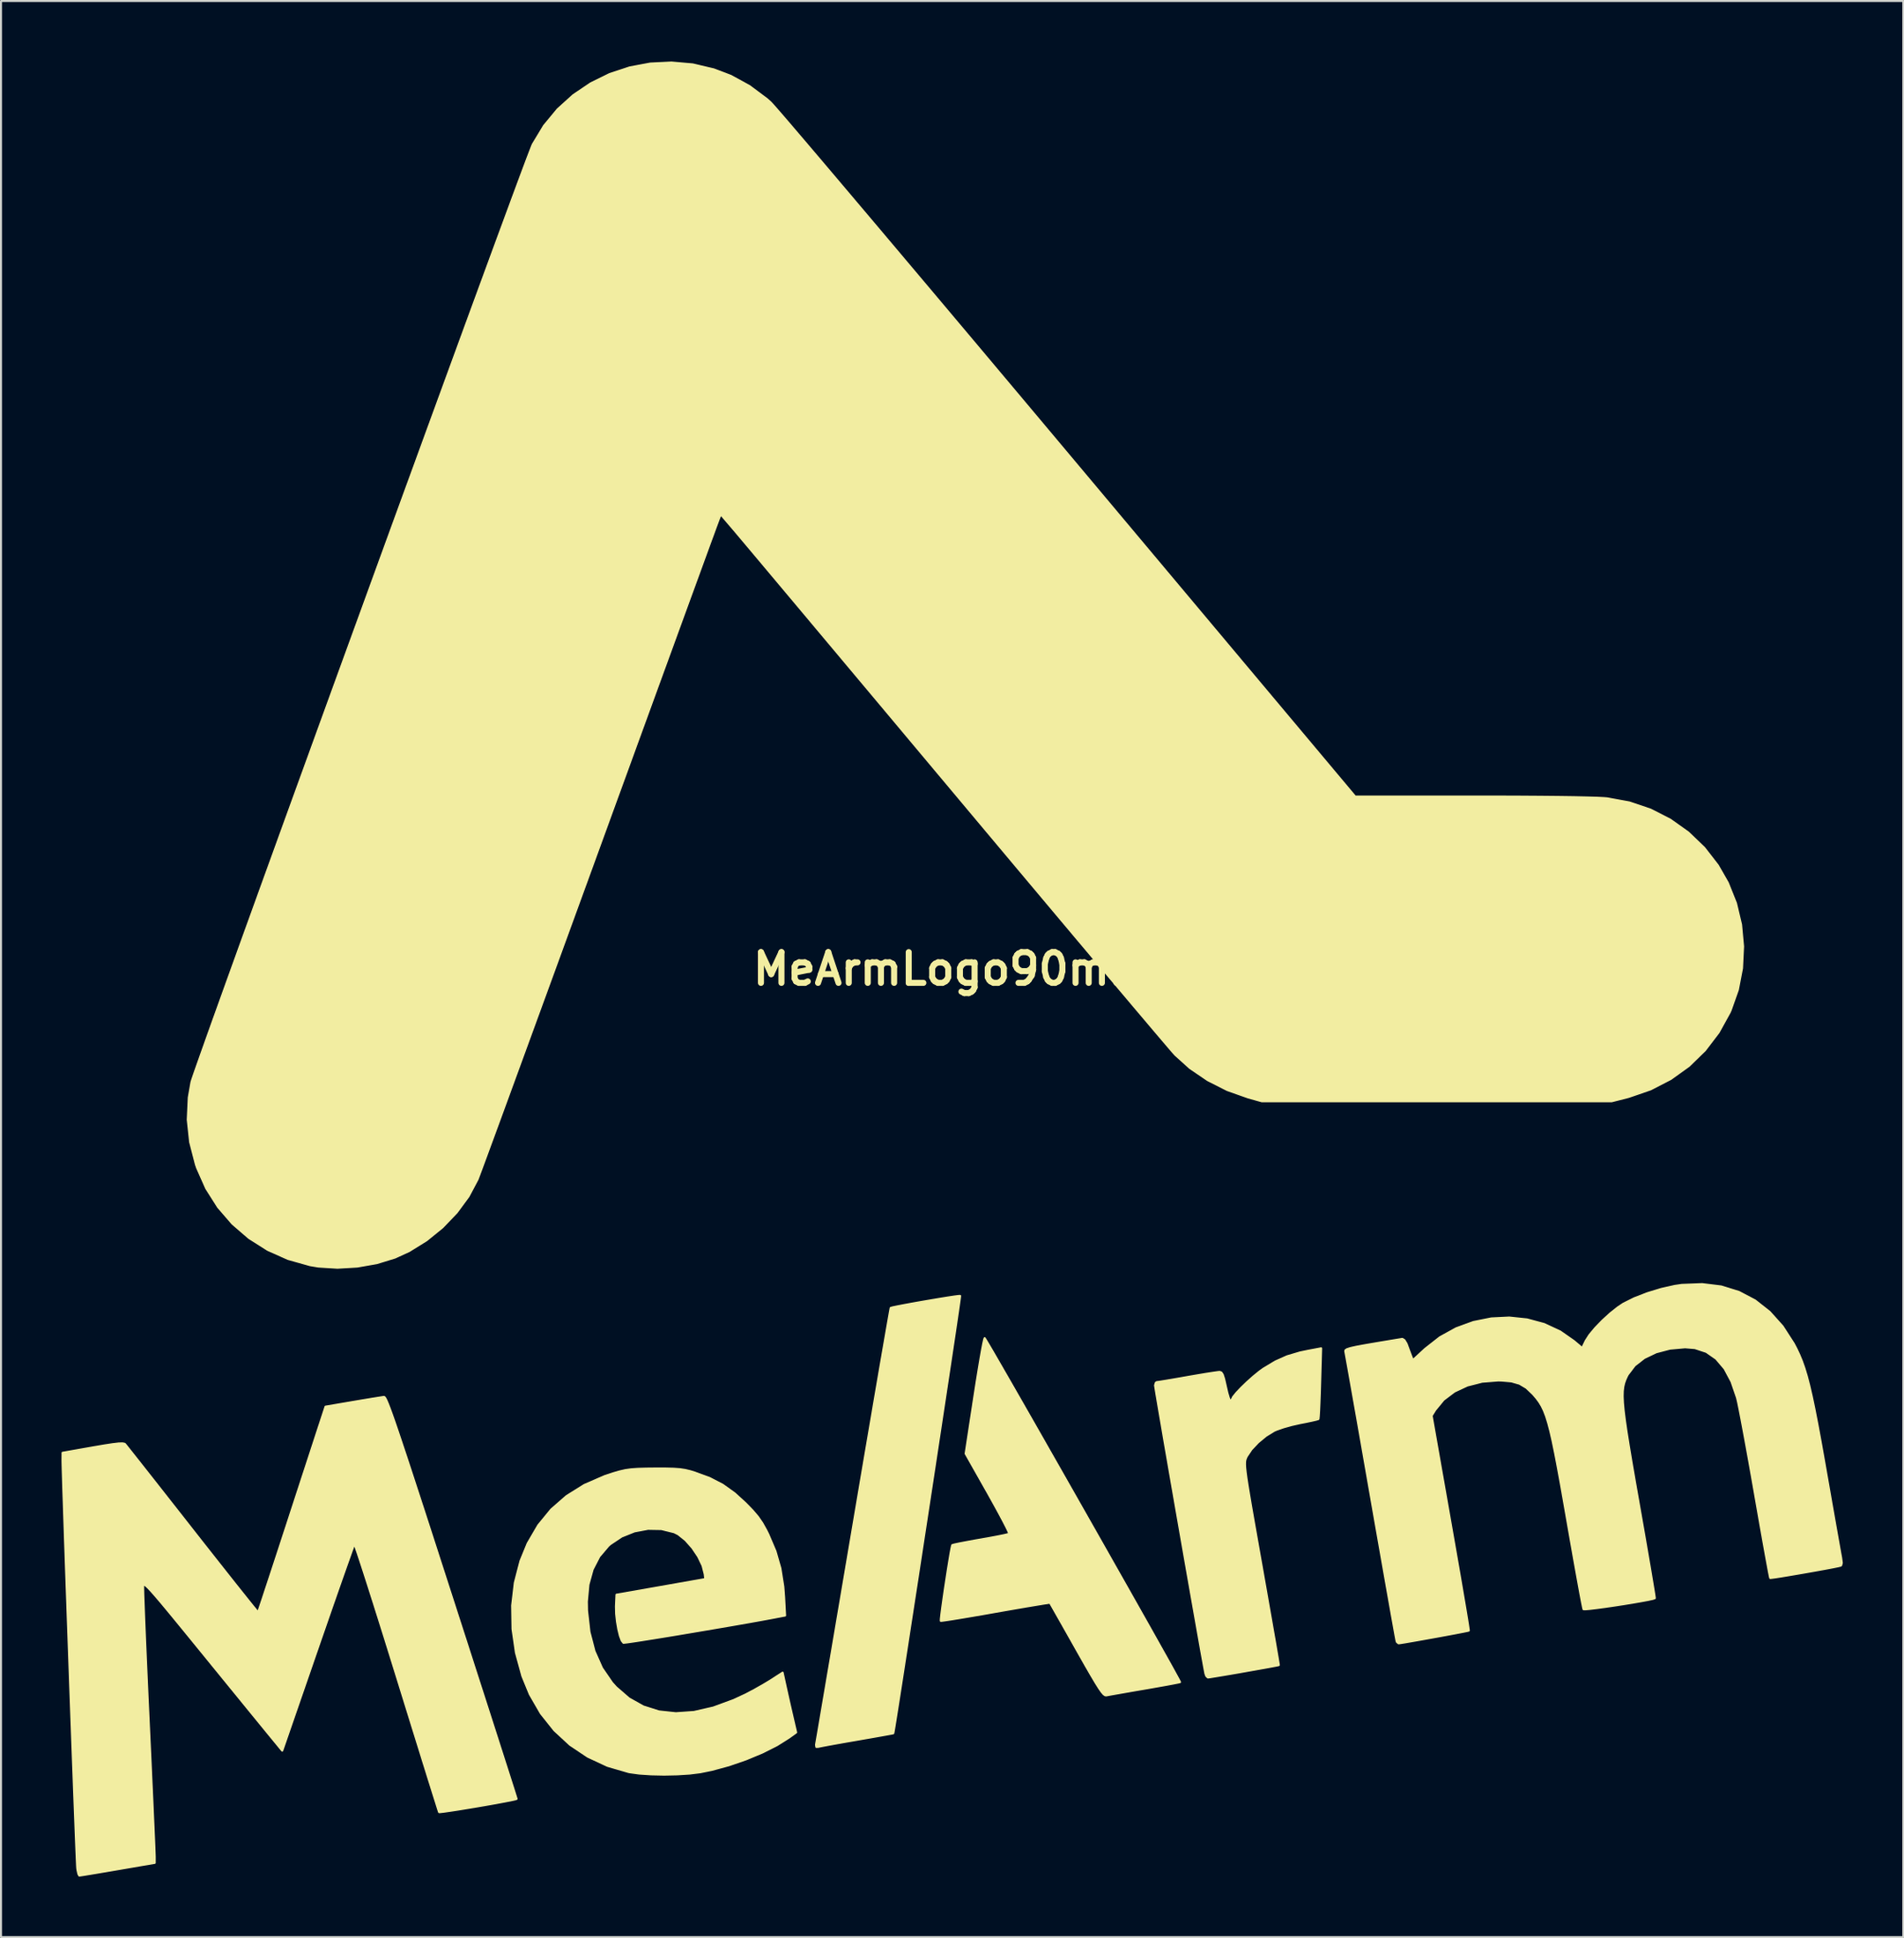
<source format=kicad_pcb>
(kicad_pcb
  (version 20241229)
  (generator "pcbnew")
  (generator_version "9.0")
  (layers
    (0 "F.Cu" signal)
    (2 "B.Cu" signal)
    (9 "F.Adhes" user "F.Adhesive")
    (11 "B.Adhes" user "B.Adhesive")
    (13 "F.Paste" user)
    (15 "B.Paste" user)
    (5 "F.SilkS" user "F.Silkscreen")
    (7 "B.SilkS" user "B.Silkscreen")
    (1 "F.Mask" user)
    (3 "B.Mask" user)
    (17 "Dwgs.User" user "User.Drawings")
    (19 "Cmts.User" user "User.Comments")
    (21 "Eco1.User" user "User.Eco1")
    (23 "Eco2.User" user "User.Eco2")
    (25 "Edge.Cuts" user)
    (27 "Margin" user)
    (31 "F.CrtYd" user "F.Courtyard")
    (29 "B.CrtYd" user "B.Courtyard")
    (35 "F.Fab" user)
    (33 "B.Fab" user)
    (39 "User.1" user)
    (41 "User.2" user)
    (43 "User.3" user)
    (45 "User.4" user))
  (footprint "MeArmLogo90mm"
    (layer "F.Cu")
    (at 44.164 45)
    (property "Reference" "MeArmLogo90mm" (at 0 0 0) (layer "F.SilkS") (effects (font (size 1.524 1.524) (thickness 0.3))))
    (attr through_hole)
    (fp_poly (pts (xy 0.408 16.213) (xy 0.399 16.298) (xy 0.366 16.538) (xy 0.311 16.922) (xy 0.235 17.437) (xy 0.141 18.071) (xy 0.03 18.813) (xy -0.096 19.649) (xy -0.235 20.569) (xy -0.385 21.56) (xy -0.544 22.61) (xy -0.711 23.707) (xy -0.883 24.839) (xy -1.059 25.994) (xy -1.237 27.16) (xy -1.416 28.325) (xy -1.592 29.476) (xy -1.765 30.603) (xy -1.933 31.693) (xy -2.093 32.733) (xy -2.244 33.713) (xy -2.385 34.619) (xy -2.512 35.439) (xy -2.625 36.163) (xy -2.722 36.777) (xy -2.8 37.27) (xy -2.858 37.629) (xy -2.895 37.844) (xy -2.907 37.902) (xy -2.99 37.92) (xy -3.217 37.962) (xy -3.561 38.024) (xy -3.999 38.102) (xy -4.505 38.19) (xy -4.699 38.224) (xy -5.235 38.317) (xy -5.72 38.403) (xy -6.127 38.477) (xy -6.43 38.534) (xy -6.602 38.569) (xy -6.624 38.575) (xy -6.724 38.579) (xy -6.74 38.478) (xy -6.725 38.381) (xy -6.705 38.269) (xy -6.658 38) (xy -6.587 37.585) (xy -6.493 37.034) (xy -6.378 36.356) (xy -6.243 35.562) (xy -6.09 34.663) (xy -5.92 33.667) (xy -5.737 32.587) (xy -5.54 31.431) (xy -5.333 30.21) (xy -5.117 28.935) (xy -4.893 27.614) (xy -4.872 27.491) (xy -4.648 26.171) (xy -4.432 24.898) (xy -4.225 23.682) (xy -4.028 22.532) (xy -3.845 21.458) (xy -3.676 20.471) (xy -3.523 19.58) (xy -3.387 18.795) (xy -3.271 18.126) (xy -3.177 17.584) (xy -3.105 17.177) (xy -3.058 16.916) (xy -3.037 16.811) (xy -3.036 16.809) (xy -2.943 16.782) (xy -2.714 16.734) (xy -2.381 16.669) (xy -1.974 16.594) (xy -1.522 16.514) (xy -1.057 16.434) (xy -0.609 16.358) (xy -0.208 16.293) (xy 0.116 16.244) (xy 0.331 16.216) (xy 0.408 16.213)) (stroke (width 0.1) (type solid)) (fill yes) (layer "F.SilkS"))
    (fp_poly (pts (xy 11.315 35.365) (xy 11.226 35.387) (xy 10.996 35.433) (xy 10.649 35.498) (xy 10.211 35.576) (xy 9.706 35.665) (xy 9.559 35.69) (xy 9.029 35.781) (xy 8.547 35.865) (xy 8.143 35.936) (xy 7.843 35.989) (xy 7.675 36.021) (xy 7.659 36.024) (xy 7.601 36.018) (xy 7.528 35.968) (xy 7.432 35.858) (xy 7.303 35.674) (xy 7.133 35.403) (xy 6.91 35.029) (xy 6.627 34.539) (xy 6.274 33.917) (xy 6.184 33.758) (xy 5.864 33.191) (xy 5.571 32.673) (xy 5.316 32.222) (xy 5.108 31.856) (xy 4.959 31.593) (xy 4.878 31.451) (xy 4.866 31.431) (xy 4.782 31.439) (xy 4.551 31.474) (xy 4.193 31.533) (xy 3.728 31.611) (xy 3.176 31.706) (xy 2.555 31.814) (xy 2.165 31.883) (xy 1.514 31.998) (xy 0.917 32.1) (xy 0.395 32.188) (xy -0.031 32.257) (xy -0.343 32.304) (xy -0.519 32.327) (xy -0.552 32.327) (xy -0.55 32.237) (xy -0.525 32.009) (xy -0.481 31.673) (xy -0.423 31.258) (xy -0.356 30.793) (xy -0.282 30.307) (xy -0.208 29.829) (xy -0.137 29.39) (xy -0.075 29.017) (xy -0.024 28.741) (xy 0.009 28.591) (xy 0.017 28.572) (xy 0.111 28.544) (xy 0.344 28.493) (xy 0.685 28.427) (xy 1.108 28.349) (xy 1.424 28.294) (xy 1.885 28.212) (xy 2.286 28.136) (xy 2.598 28.072) (xy 2.792 28.025) (xy 2.841 28.006) (xy 2.815 27.921) (xy 2.716 27.709) (xy 2.552 27.39) (xy 2.335 26.983) (xy 2.075 26.508) (xy 1.788 25.993) (xy 0.68 24.035) (xy 1.12 21.16) (xy 1.225 20.487) (xy 1.325 19.87) (xy 1.416 19.33) (xy 1.495 18.885) (xy 1.559 18.555) (xy 1.604 18.357) (xy 1.625 18.308) (xy 1.674 18.383) (xy 1.8 18.594) (xy 1.997 18.929) (xy 2.257 19.378) (xy 2.575 19.93) (xy 2.945 20.572) (xy 3.359 21.295) (xy 3.812 22.086) (xy 4.297 22.935) (xy 4.807 23.831) (xy 5.338 24.762) (xy 5.881 25.717) (xy 6.431 26.685) (xy 6.982 27.655) (xy 7.527 28.615) (xy 8.059 29.555) (xy 8.573 30.462) (xy 9.062 31.327) (xy 9.52 32.138) (xy 9.94 32.883) (xy 10.315 33.552) (xy 10.641 34.133) (xy 10.91 34.615) (xy 11.115 34.988) (xy 11.252 35.238) (xy 11.312 35.357) (xy 11.315 35.365)) (stroke (width 0.1) (type solid)) (fill yes) (layer "F.SilkS"))
    (fp_poly (pts (xy 18.314 18.811) (xy 18.264 20.548) (xy 18.248 21.072) (xy 18.23 21.536) (xy 18.213 21.914) (xy 18.196 22.182) (xy 18.182 22.311) (xy 18.179 22.319) (xy 18.086 22.349) (xy 17.863 22.401) (xy 17.547 22.468) (xy 17.283 22.519) (xy 16.861 22.614) (xy 16.447 22.73) (xy 16.105 22.849) (xy 15.979 22.904) (xy 15.577 23.153) (xy 15.186 23.477) (xy 14.852 23.832) (xy 14.624 24.174) (xy 14.605 24.214) (xy 14.576 24.283) (xy 14.553 24.356) (xy 14.54 24.446) (xy 14.537 24.567) (xy 14.546 24.732) (xy 14.57 24.953) (xy 14.609 25.245) (xy 14.667 25.62) (xy 14.745 26.092) (xy 14.844 26.675) (xy 14.967 27.38) (xy 15.116 28.222) (xy 15.291 29.214) (xy 15.345 29.517) (xy 15.503 30.412) (xy 15.652 31.257) (xy 15.789 32.035) (xy 15.911 32.734) (xy 16.017 33.338) (xy 16.102 33.834) (xy 16.166 34.205) (xy 16.204 34.439) (xy 16.216 34.521) (xy 16.134 34.54) (xy 15.914 34.582) (xy 15.587 34.643) (xy 15.183 34.715) (xy 14.732 34.795) (xy 14.263 34.878) (xy 13.806 34.957) (xy 13.391 35.027) (xy 13.048 35.084) (xy 12.808 35.123) (xy 12.699 35.137) (xy 12.698 35.137) (xy 12.619 35.065) (xy 12.574 34.946) (xy 12.547 34.808) (xy 12.494 34.522) (xy 12.418 34.103) (xy 12.321 33.565) (xy 12.207 32.923) (xy 12.078 32.193) (xy 11.936 31.39) (xy 11.784 30.527) (xy 11.625 29.621) (xy 11.461 28.686) (xy 11.295 27.737) (xy 11.129 26.789) (xy 10.967 25.857) (xy 10.81 24.956) (xy 10.662 24.101) (xy 10.524 23.307) (xy 10.401 22.588) (xy 10.293 21.96) (xy 10.204 21.437) (xy 10.136 21.035) (xy 10.093 20.768) (xy 10.075 20.651) (xy 10.075 20.649) (xy 10.114 20.517) (xy 10.162 20.489) (xy 10.27 20.475) (xy 10.516 20.436) (xy 10.87 20.377) (xy 11.304 20.302) (xy 11.684 20.235) (xy 12.166 20.152) (xy 12.599 20.079) (xy 12.95 20.024) (xy 13.189 19.99) (xy 13.278 19.981) (xy 13.362 20.009) (xy 13.432 20.113) (xy 13.5 20.323) (xy 13.58 20.668) (xy 13.587 20.701) (xy 13.662 21.024) (xy 13.735 21.272) (xy 13.794 21.407) (xy 13.811 21.421) (xy 13.885 21.361) (xy 13.885 21.35) (xy 13.947 21.225) (xy 14.112 21.02) (xy 14.354 20.765) (xy 14.643 20.486) (xy 14.952 20.211) (xy 15.252 19.966) (xy 15.451 19.823) (xy 16.043 19.467) (xy 16.624 19.208) (xy 17.264 19.018) (xy 17.656 18.936) (xy 18.314 18.811)) (stroke (width 0.1) (type solid)) (fill yes) (layer "F.SilkS"))
    (fp_poly (pts (xy -7.725 37.86) (xy -8.075 38.113) (xy -8.673 38.49) (xy -9.398 38.856) (xy -10.207 39.193) (xy -11.057 39.486) (xy -11.907 39.717) (xy -12.478 39.834) (xy -13.004 39.9) (xy -13.62 39.939) (xy -14.277 39.953) (xy -14.923 39.939) (xy -15.509 39.9) (xy -15.984 39.834) (xy -16.034 39.824) (xy -17.09 39.515) (xy -18.062 39.062) (xy -18.942 38.473) (xy -19.719 37.755) (xy -20.386 36.918) (xy -20.935 35.968) (xy -21.305 35.067) (xy -21.625 33.901) (xy -21.794 32.729) (xy -21.812 31.568) (xy -21.68 30.439) (xy -21.399 29.358) (xy -21.043 28.49) (xy -20.516 27.587) (xy -19.874 26.804) (xy -19.113 26.139) (xy -18.23 25.588) (xy -17.221 25.149) (xy -16.788 25.006) (xy -16.476 24.916) (xy -16.2 24.853) (xy -15.915 24.812) (xy -15.581 24.788) (xy -15.153 24.776) (xy -14.732 24.772) (xy -14.203 24.772) (xy -13.803 24.782) (xy -13.492 24.805) (xy -13.229 24.845) (xy -12.976 24.906) (xy -12.785 24.963) (xy -12.024 25.241) (xy -11.373 25.577) (xy -10.776 26.004) (xy -10.236 26.496) (xy -9.881 26.862) (xy -9.618 27.172) (xy -9.405 27.482) (xy -9.204 27.844) (xy -9.113 28.025) (xy -8.751 28.873) (xy -8.506 29.722) (xy -8.362 30.629) (xy -8.324 31.123) (xy -8.273 32.063) (xy -8.518 32.11) (xy -8.942 32.191) (xy -9.465 32.287) (xy -10.067 32.395) (xy -10.728 32.511) (xy -11.429 32.632) (xy -12.149 32.755) (xy -12.87 32.877) (xy -13.572 32.995) (xy -14.234 33.104) (xy -14.837 33.202) (xy -15.361 33.285) (xy -15.788 33.351) (xy -16.096 33.395) (xy -16.266 33.415) (xy -16.293 33.415) (xy -16.38 33.305) (xy -16.468 33.066) (xy -16.548 32.738) (xy -16.613 32.362) (xy -16.655 31.977) (xy -16.664 31.625) (xy -16.663 31.577) (xy -16.637 31.03) (xy -14.436 30.643) (xy -12.234 30.255) (xy -12.261 30.008) (xy -12.368 29.589) (xy -12.584 29.14) (xy -12.877 28.704) (xy -13.216 28.322) (xy -13.571 28.037) (xy -13.777 27.932) (xy -14.406 27.776) (xy -15.073 27.764) (xy -15.743 27.89) (xy -16.378 28.145) (xy -16.942 28.521) (xy -17.039 28.606) (xy -17.49 29.137) (xy -17.821 29.78) (xy -18.027 30.527) (xy -18.106 31.37) (xy -18.098 31.813) (xy -17.977 32.877) (xy -17.729 33.83) (xy -17.356 34.669) (xy -16.857 35.396) (xy -16.654 35.622) (xy -16.015 36.175) (xy -15.307 36.573) (xy -14.532 36.818) (xy -13.694 36.908) (xy -12.795 36.845) (xy -11.838 36.627) (xy -10.824 36.254) (xy -10.227 35.976) (xy -9.823 35.763) (xy -9.393 35.521) (xy -9.018 35.296) (xy -8.961 35.259) (xy -8.396 34.895) (xy -8.254 35.545) (xy -8.168 35.933) (xy -8.062 36.404) (xy -7.954 36.875) (xy -7.919 37.027) (xy -7.725 37.86)) (stroke (width 0.1) (type solid)) (fill yes) (layer "F.SilkS"))
    (fp_poly (pts (xy 39.242 -1.117) (xy 39.189 -0.032) (xy 38.984 1.03) (xy 38.624 2.048) (xy 38.577 2.153) (xy 38.026 3.15) (xy 37.348 4.038) (xy 36.554 4.81) (xy 35.652 5.457) (xy 34.652 5.972) (xy 33.564 6.347) (xy 33.469 6.372) (xy 32.724 6.562) (xy 24.045 6.561) (xy 15.367 6.561) (xy 14.69 6.37) (xy 13.66 6.005) (xy 12.689 5.514) (xy 11.808 4.915) (xy 11.083 4.262) (xy 10.98 4.147) (xy 10.775 3.909) (xy 10.472 3.554) (xy 10.077 3.089) (xy 9.596 2.521) (xy 9.034 1.857) (xy 8.397 1.102) (xy 7.69 0.264) (xy 6.92 -0.651) (xy 6.091 -1.636) (xy 5.21 -2.684) (xy 4.282 -3.789) (xy 3.312 -4.944) (xy 2.306 -6.143) (xy 1.269 -7.379) (xy 0.251 -8.594) (xy -0.813 -9.863) (xy -1.854 -11.105) (xy -2.866 -12.313) (xy -3.843 -13.479) (xy -4.781 -14.597) (xy -5.672 -15.66) (xy -6.512 -16.661) (xy -7.294 -17.594) (xy -8.013 -18.451) (xy -8.663 -19.225) (xy -9.238 -19.91) (xy -9.732 -20.499) (xy -10.141 -20.985) (xy -10.458 -21.362) (xy -10.676 -21.621) (xy -10.786 -21.751) (xy -11.467 -22.547) (xy -11.567 -22.301) (xy -11.605 -22.198) (xy -11.699 -21.944) (xy -11.845 -21.546) (xy -12.041 -21.012) (xy -12.283 -20.349) (xy -12.569 -19.565) (xy -12.897 -18.668) (xy -13.263 -17.666) (xy -13.664 -16.566) (xy -14.098 -15.375) (xy -14.563 -14.102) (xy -15.054 -12.754) (xy -15.57 -11.339) (xy -16.107 -9.864) (xy -16.664 -8.337) (xy -17.236 -6.766) (xy -17.511 -6.011) (xy -18.091 -4.419) (xy -18.657 -2.867) (xy -19.206 -1.361) (xy -19.735 0.09) (xy -20.242 1.478) (xy -20.724 2.797) (xy -21.177 4.037) (xy -21.599 5.191) (xy -21.987 6.252) (xy -22.338 7.211) (xy -22.65 8.061) (xy -22.92 8.795) (xy -23.144 9.404) (xy -23.32 9.88) (xy -23.445 10.217) (xy -23.516 10.405) (xy -23.53 10.44) (xy -23.975 11.278) (xy -24.562 12.076) (xy -25.265 12.81) (xy -26.059 13.455) (xy -26.917 13.987) (xy -27.624 14.311) (xy -28.525 14.588) (xy -29.494 14.758) (xy -30.477 14.816) (xy -31.421 14.757) (xy -31.835 14.688) (xy -32.924 14.381) (xy -33.937 13.93) (xy -34.861 13.344) (xy -35.685 12.634) (xy -36.397 11.81) (xy -36.986 10.881) (xy -37.44 9.859) (xy -37.497 9.693) (xy -37.784 8.582) (xy -37.902 7.476) (xy -37.851 6.374) (xy -37.717 5.612) (xy -37.676 5.481) (xy -37.58 5.199) (xy -37.431 4.773) (xy -37.232 4.212) (xy -36.987 3.523) (xy -36.698 2.713) (xy -36.367 1.792) (xy -35.998 0.765) (xy -35.593 -0.358) (xy -35.156 -1.57) (xy -34.688 -2.864) (xy -34.194 -4.231) (xy -33.675 -5.663) (xy -33.135 -7.154) (xy -32.576 -8.695) (xy -32.001 -10.278) (xy -31.414 -11.895) (xy -30.816 -13.54) (xy -30.211 -15.204) (xy -29.601 -16.879) (xy -28.99 -18.557) (xy -28.381 -20.231) (xy -27.775 -21.894) (xy -27.176 -23.536) (xy -26.586 -25.151) (xy -26.01 -26.73) (xy -25.448 -28.267) (xy -24.905 -29.752) (xy -24.383 -31.179) (xy -23.885 -32.539) (xy -23.413 -33.825) (xy -22.971 -35.029) (xy -22.561 -36.144) (xy -22.186 -37.16) (xy -21.85 -38.072) (xy -21.554 -38.87) (xy -21.302 -39.548) (xy -21.096 -40.097) (xy -20.939 -40.509) (xy -20.835 -40.777) (xy -20.788 -40.89) (xy -20.231 -41.814) (xy -19.556 -42.63) (xy -18.778 -43.333) (xy -17.914 -43.916) (xy -16.979 -44.376) (xy -15.989 -44.705) (xy -14.961 -44.898) (xy -13.911 -44.95) (xy -12.855 -44.856) (xy -11.808 -44.609) (xy -10.962 -44.286) (xy -10.04 -43.781) (xy -9.174 -43.135) (xy -8.997 -42.977) (xy -8.902 -42.875) (xy -8.703 -42.649) (xy -8.404 -42.305) (xy -8.011 -41.847) (xy -7.528 -41.281) (xy -6.96 -40.614) (xy -6.311 -39.85) (xy -5.587 -38.995) (xy -4.791 -38.054) (xy -3.928 -37.034) (xy -3.004 -35.939) (xy -2.023 -34.776) (xy -0.989 -33.55) (xy 0.092 -32.266) (xy 1.217 -30.93) (xy 2.379 -29.547) (xy 3.576 -28.123) (xy 4.801 -26.664) (xy 5.737 -25.549) (xy 20 -8.551) (xy 25.836 -8.551) (xy 27.038 -8.55) (xy 28.15 -8.546) (xy 29.162 -8.539) (xy 30.064 -8.53) (xy 30.845 -8.519) (xy 31.495 -8.505) (xy 32.002 -8.49) (xy 32.358 -8.472) (xy 32.494 -8.461) (xy 33.604 -8.257) (xy 34.654 -7.901) (xy 35.631 -7.402) (xy 36.521 -6.769) (xy 37.311 -6.012) (xy 37.988 -5.14) (xy 38.483 -4.276) (xy 38.889 -3.262) (xy 39.142 -2.201) (xy 39.242 -1.117)) (stroke (width 0.1) (type solid)) (fill yes) (layer "F.SilkS"))
    (fp_poly (pts (xy -21.591 41.156) (xy -21.67 41.182) (xy -21.887 41.23) (xy -22.215 41.293) (xy -22.625 41.369) (xy -23.088 41.451) (xy -23.575 41.535) (xy -24.06 41.616) (xy -24.512 41.69) (xy -24.904 41.75) (xy -25.206 41.793) (xy -25.392 41.814) (xy -25.436 41.812) (xy -25.464 41.729) (xy -25.538 41.495) (xy -25.655 41.124) (xy -25.811 40.628) (xy -26.002 40.017) (xy -26.224 39.305) (xy -26.473 38.503) (xy -26.747 37.623) (xy -27.04 36.677) (xy -27.35 35.678) (xy -27.524 35.118) (xy -27.841 34.097) (xy -28.144 33.125) (xy -28.43 32.214) (xy -28.695 31.375) (xy -28.935 30.621) (xy -29.146 29.964) (xy -29.325 29.415) (xy -29.467 28.985) (xy -29.57 28.688) (xy -29.628 28.533) (xy -29.64 28.514) (xy -29.676 28.603) (xy -29.763 28.838) (xy -29.894 29.206) (xy -30.067 29.693) (xy -30.276 30.285) (xy -30.516 30.97) (xy -30.782 31.732) (xy -31.069 32.56) (xy -31.374 33.438) (xy -31.454 33.67) (xy -33.216 38.765) (xy -33.859 37.981) (xy -34.04 37.76) (xy -34.314 37.424) (xy -34.67 36.989) (xy -35.092 36.471) (xy -35.569 35.886) (xy -36.087 35.251) (xy -36.633 34.581) (xy -37.193 33.893) (xy -37.296 33.767) (xy -37.915 33.008) (xy -38.436 32.371) (xy -38.867 31.847) (xy -39.217 31.426) (xy -39.495 31.099) (xy -39.709 30.856) (xy -39.867 30.688) (xy -39.977 30.585) (xy -40.049 30.537) (xy -40.091 30.536) (xy -40.11 30.572) (xy -40.114 30.599) (xy -40.114 30.724) (xy -40.107 31.005) (xy -40.092 31.427) (xy -40.071 31.978) (xy -40.045 32.642) (xy -40.013 33.408) (xy -39.976 34.26) (xy -39.935 35.185) (xy -39.891 36.17) (xy -39.843 37.201) (xy -39.839 37.292) (xy -39.791 38.327) (xy -39.745 39.319) (xy -39.703 40.253) (xy -39.663 41.116) (xy -39.629 41.894) (xy -39.599 42.572) (xy -39.574 43.138) (xy -39.556 43.578) (xy -39.544 43.876) (xy -39.539 44.021) (xy -39.539 44.025) (xy -39.539 44.328) (xy -41.381 44.645) (xy -41.919 44.737) (xy -42.401 44.818) (xy -42.801 44.885) (xy -43.095 44.933) (xy -43.257 44.957) (xy -43.281 44.96) (xy -43.325 44.883) (xy -43.369 44.693) (xy -43.383 44.598) (xy -43.391 44.474) (xy -43.404 44.193) (xy -43.422 43.77) (xy -43.445 43.216) (xy -43.471 42.544) (xy -43.501 41.769) (xy -43.535 40.902) (xy -43.57 39.957) (xy -43.608 38.946) (xy -43.647 37.884) (xy -43.688 36.782) (xy -43.729 35.653) (xy -43.77 34.511) (xy -43.811 33.369) (xy -43.852 32.24) (xy -43.891 31.136) (xy -43.929 30.071) (xy -43.964 29.057) (xy -43.997 28.108) (xy -44.026 27.237) (xy -44.052 26.456) (xy -44.075 25.778) (xy -44.092 25.218) (xy -44.105 24.787) (xy -44.112 24.498) (xy -44.114 24.379) (xy -44.111 23.992) (xy -42.608 23.726) (xy -42.041 23.629) (xy -41.62 23.564) (xy -41.325 23.53) (xy -41.136 23.525) (xy -41.034 23.546) (xy -41.013 23.562) (xy -40.945 23.645) (xy -40.783 23.85) (xy -40.534 24.165) (xy -40.208 24.577) (xy -39.815 25.076) (xy -39.363 25.65) (xy -38.863 26.287) (xy -38.322 26.975) (xy -37.751 27.703) (xy -37.679 27.795) (xy -37.107 28.523) (xy -36.566 29.209) (xy -36.066 29.842) (xy -35.616 30.411) (xy -35.223 30.904) (xy -34.898 31.311) (xy -34.649 31.621) (xy -34.484 31.82) (xy -34.414 31.9) (xy -34.413 31.901) (xy -34.382 31.818) (xy -34.305 31.589) (xy -34.185 31.23) (xy -34.028 30.754) (xy -33.838 30.178) (xy -33.62 29.515) (xy -33.38 28.783) (xy -33.123 27.994) (xy -33.022 27.686) (xy -32.748 26.845) (xy -32.48 26.024) (xy -32.226 25.245) (xy -31.991 24.525) (xy -31.782 23.885) (xy -31.605 23.343) (xy -31.467 22.92) (xy -31.374 22.635) (xy -31.362 22.6) (xy -31.069 21.705) (xy -29.695 21.47) (xy -29.223 21.39) (xy -28.801 21.32) (xy -28.462 21.266) (xy -28.237 21.231) (xy -28.167 21.222) (xy -28.138 21.238) (xy -28.099 21.293) (xy -28.046 21.397) (xy -27.978 21.557) (xy -27.89 21.781) (xy -27.782 22.077) (xy -27.65 22.452) (xy -27.491 22.916) (xy -27.303 23.475) (xy -27.082 24.138) (xy -26.827 24.913) (xy -26.535 25.807) (xy -26.202 26.828) (xy -25.827 27.985) (xy -25.407 29.285) (xy -24.938 30.737) (xy -24.802 31.157) (xy -24.398 32.41) (xy -24.008 33.618) (xy -23.637 34.772) (xy -23.286 35.861) (xy -22.959 36.876) (xy -22.66 37.807) (xy -22.391 38.645) (xy -22.156 39.379) (xy -21.957 40) (xy -21.798 40.498) (xy -21.682 40.863) (xy -21.612 41.085) (xy -21.591 41.156)) (stroke (width 0.1) (type solid)) (fill yes) (layer "F.SilkS"))
    (fp_poly (pts (xy 44.139 29.453) (xy 44.106 29.577) (xy 44.081 29.591) (xy 43.938 29.625) (xy 43.67 29.679) (xy 43.307 29.748) (xy 42.879 29.826) (xy 42.417 29.908) (xy 41.95 29.989) (xy 41.508 30.064) (xy 41.121 30.128) (xy 40.819 30.175) (xy 40.633 30.199) (xy 40.587 30.201) (xy 40.566 30.113) (xy 40.519 29.875) (xy 40.45 29.502) (xy 40.36 29.01) (xy 40.253 28.415) (xy 40.131 27.733) (xy 39.999 26.981) (xy 39.857 26.174) (xy 39.832 26.027) (xy 39.684 25.187) (xy 39.54 24.379) (xy 39.403 23.622) (xy 39.276 22.936) (xy 39.163 22.338) (xy 39.068 21.849) (xy 38.994 21.488) (xy 38.944 21.274) (xy 38.943 21.267) (xy 38.669 20.468) (xy 38.324 19.822) (xy 37.906 19.329) (xy 37.416 18.988) (xy 36.853 18.801) (xy 36.364 18.761) (xy 35.612 18.829) (xy 34.931 19.009) (xy 34.344 19.29) (xy 33.867 19.662) (xy 33.522 20.116) (xy 33.477 20.202) (xy 33.403 20.367) (xy 33.343 20.536) (xy 33.3 20.722) (xy 33.275 20.938) (xy 33.269 21.198) (xy 33.283 21.515) (xy 33.319 21.904) (xy 33.378 22.377) (xy 33.461 22.948) (xy 33.57 23.631) (xy 33.705 24.439) (xy 33.868 25.385) (xy 34.061 26.483) (xy 34.077 26.575) (xy 34.228 27.435) (xy 34.369 28.243) (xy 34.497 28.985) (xy 34.611 29.646) (xy 34.706 30.21) (xy 34.781 30.661) (xy 34.834 30.986) (xy 34.861 31.169) (xy 34.863 31.205) (xy 34.762 31.239) (xy 34.526 31.291) (xy 34.186 31.354) (xy 33.772 31.426) (xy 33.314 31.5) (xy 32.842 31.573) (xy 32.386 31.64) (xy 31.976 31.695) (xy 31.643 31.735) (xy 31.417 31.755) (xy 31.327 31.751) (xy 31.303 31.653) (xy 31.253 31.405) (xy 31.18 31.023) (xy 31.088 30.524) (xy 30.979 29.924) (xy 30.856 29.239) (xy 30.723 28.486) (xy 30.582 27.682) (xy 30.572 27.624) (xy 30.375 26.5) (xy 30.203 25.53) (xy 30.05 24.699) (xy 29.915 23.995) (xy 29.793 23.404) (xy 29.68 22.913) (xy 29.573 22.507) (xy 29.469 22.174) (xy 29.363 21.899) (xy 29.252 21.67) (xy 29.132 21.473) (xy 29.001 21.294) (xy 28.853 21.12) (xy 28.818 21.08) (xy 28.493 20.771) (xy 28.153 20.568) (xy 27.751 20.453) (xy 27.243 20.409) (xy 27.088 20.407) (xy 26.295 20.47) (xy 25.568 20.656) (xy 24.925 20.957) (xy 24.387 21.363) (xy 23.975 21.864) (xy 23.964 21.88) (xy 23.795 22.155) (xy 24.731 27.468) (xy 24.893 28.393) (xy 25.046 29.268) (xy 25.187 30.079) (xy 25.312 30.811) (xy 25.421 31.45) (xy 25.511 31.983) (xy 25.579 32.396) (xy 25.622 32.673) (xy 25.639 32.802) (xy 25.639 32.809) (xy 25.553 32.831) (xy 25.33 32.876) (xy 25.001 32.939) (xy 24.596 33.015) (xy 24.144 33.098) (xy 23.677 33.183) (xy 23.223 33.264) (xy 22.813 33.336) (xy 22.478 33.394) (xy 22.247 33.431) (xy 22.154 33.443) (xy 22.074 33.377) (xy 22.057 33.337) (xy 22.037 33.24) (xy 21.99 32.988) (xy 21.919 32.593) (xy 21.825 32.07) (xy 21.711 31.428) (xy 21.579 30.682) (xy 21.431 29.843) (xy 21.269 28.924) (xy 21.095 27.938) (xy 20.912 26.895) (xy 20.784 26.162) (xy 20.596 25.088) (xy 20.416 24.061) (xy 20.246 23.093) (xy 20.088 22.196) (xy 19.944 21.383) (xy 19.817 20.667) (xy 19.709 20.058) (xy 19.622 19.572) (xy 19.558 19.218) (xy 19.52 19.011) (xy 19.51 18.96) (xy 19.52 18.905) (xy 19.599 18.854) (xy 19.767 18.8) (xy 20.045 18.738) (xy 20.454 18.662) (xy 20.848 18.594) (xy 21.318 18.514) (xy 21.733 18.445) (xy 22.063 18.39) (xy 22.278 18.355) (xy 22.342 18.345) (xy 22.443 18.407) (xy 22.547 18.578) (xy 22.566 18.627) (xy 22.668 18.903) (xy 22.765 19.158) (xy 22.767 19.163) (xy 22.861 19.403) (xy 23.467 18.843) (xy 24.203 18.266) (xy 25.01 17.82) (xy 25.867 17.508) (xy 26.752 17.33) (xy 27.646 17.286) (xy 28.528 17.379) (xy 29.376 17.609) (xy 30.17 17.977) (xy 30.85 18.452) (xy 31.262 18.798) (xy 31.438 18.437) (xy 31.622 18.15) (xy 31.91 17.804) (xy 32.265 17.437) (xy 32.651 17.084) (xy 33.032 16.781) (xy 33.299 16.603) (xy 33.841 16.332) (xy 34.489 16.081) (xy 35.182 15.869) (xy 35.856 15.718) (xy 36.203 15.667) (xy 37.213 15.628) (xy 38.158 15.745) (xy 39.034 16.016) (xy 39.836 16.437) (xy 40.559 17.006) (xy 41.2 17.721) (xy 41.754 18.579) (xy 41.89 18.838) (xy 42.03 19.136) (xy 42.16 19.451) (xy 42.283 19.799) (xy 42.403 20.197) (xy 42.524 20.66) (xy 42.65 21.204) (xy 42.785 21.847) (xy 42.932 22.603) (xy 43.096 23.49) (xy 43.279 24.522) (xy 43.344 24.892) (xy 43.486 25.7) (xy 43.62 26.468) (xy 43.745 27.177) (xy 43.857 27.81) (xy 43.952 28.346) (xy 44.027 28.77) (xy 44.08 29.061) (xy 44.105 29.195) (xy 44.139 29.453)) (stroke (width 0.1) (type solid)) (fill yes) (layer "F.SilkS")))
  (gr_rect
    (start -3 -3)
    (end 91.352 93.01)
    (stroke (width 0.1) (type default))
    (fill no)
    (layer "Edge.Cuts")))
</source>
